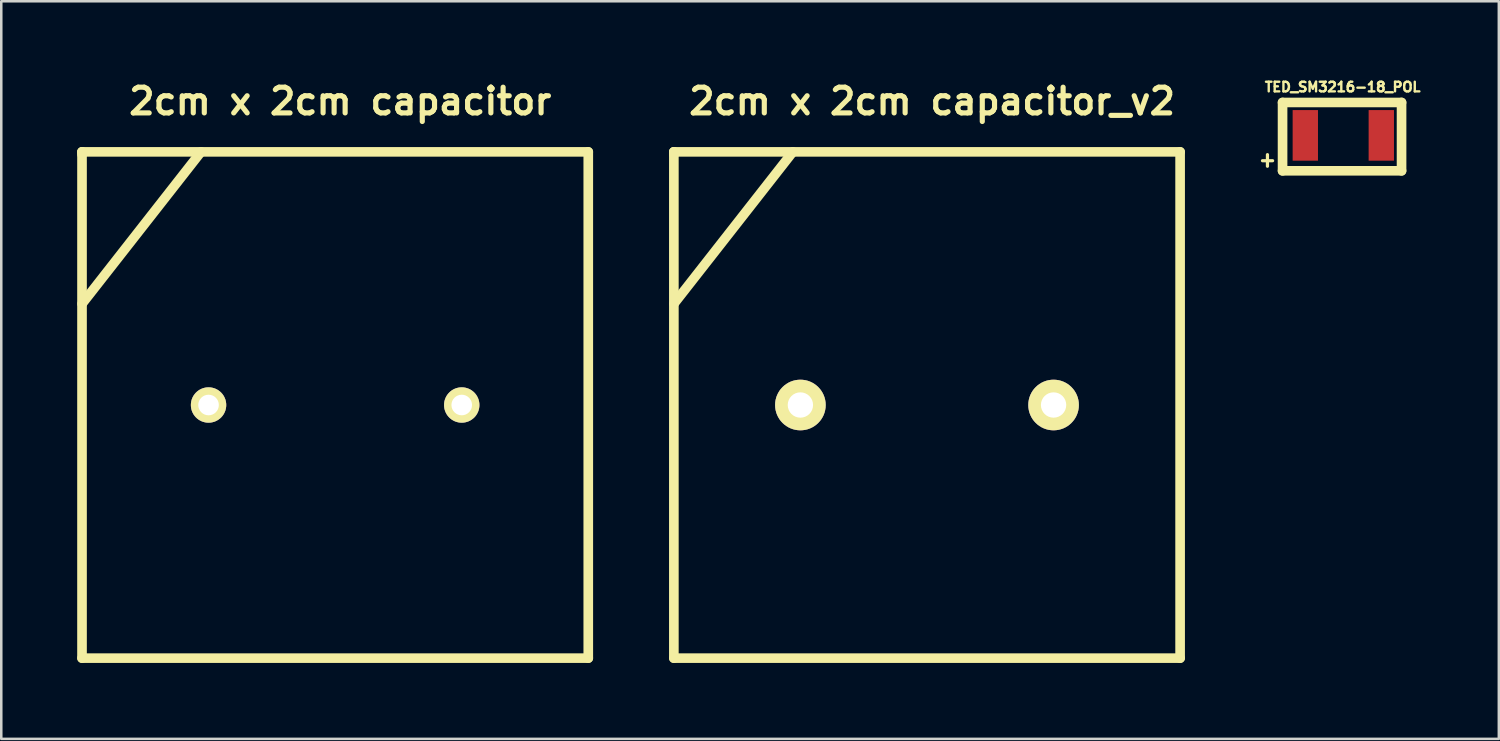
<source format=kicad_pcb>
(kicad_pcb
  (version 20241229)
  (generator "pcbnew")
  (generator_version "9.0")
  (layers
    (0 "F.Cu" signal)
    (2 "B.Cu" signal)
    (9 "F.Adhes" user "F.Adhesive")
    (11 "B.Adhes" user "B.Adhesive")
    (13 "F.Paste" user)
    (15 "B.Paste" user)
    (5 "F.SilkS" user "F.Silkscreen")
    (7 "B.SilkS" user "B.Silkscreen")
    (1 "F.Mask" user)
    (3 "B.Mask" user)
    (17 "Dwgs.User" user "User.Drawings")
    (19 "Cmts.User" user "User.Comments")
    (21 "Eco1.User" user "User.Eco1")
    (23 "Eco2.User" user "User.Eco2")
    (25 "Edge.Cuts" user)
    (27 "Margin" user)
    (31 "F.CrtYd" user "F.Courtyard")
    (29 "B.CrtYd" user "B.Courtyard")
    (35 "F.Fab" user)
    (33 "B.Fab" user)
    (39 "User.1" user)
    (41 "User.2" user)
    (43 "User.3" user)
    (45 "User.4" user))
  (footprint "TED_SM3216-18_POL"
    (layer "F.Cu")
    (at 50.018 2.298)
    (property "Reference" "TED_SM3216-18_POL" (at -0.025 -1.91 0) (layer "F.SilkS") (effects (font (size 0.381 0.381) (thickness 0.094))))
    (attr through_hole)
    (fp_line (start -3.193 1.001) (end -2.794 1.001) (stroke (width 0.127) (type solid)) (layer "F.SilkS"))
    (fp_line (start -2.997 1.219) (end -2.997 0.762) (stroke (width 0.127) (type solid)) (layer "F.SilkS"))
    (fp_line (start -2.4 -1.3) (end 2.301 -1.3) (stroke (width 0.381) (type solid)) (layer "F.SilkS"))
    (fp_line (start -2.4 1.4) (end -2.4 -1.3) (stroke (width 0.381) (type solid)) (layer "F.SilkS"))
    (fp_line (start -2.4 1.4) (end 2.301 1.4) (stroke (width 0.381) (type solid)) (layer "F.SilkS"))
    (fp_line (start 2.301 -1.3) (end 2.301 1.4) (stroke (width 0.381) (type solid)) (layer "F.SilkS"))
    (pad "1" smd rect (at -1.501 0) (size 1.001 1.999) (layers "F.Cu" "F.Mask" "F.Paste"))
    (pad "2" smd rect (at 1.501 0) (size 1.001 1.999) (layers "F.Cu" "F.Mask" "F.Paste")))
  (footprint "2cm x 2cm capacitor"
    (layer "F.Cu")
    (at 10.19 12.95)
    (property "Reference" "2cm x 2cm capacitor" (at 0.201 -11.999 0) (layer "F.SilkS") (effects (font (size 1.016 1.016) (thickness 0.203))))
    (attr through_hole)
    (fp_line (start -10 -10) (end -10 -9.901) (stroke (width 0.381) (type solid)) (layer "F.SilkS"))
    (fp_line (start -10 -10) (end 10 -10) (stroke (width 0.381) (type solid)) (layer "F.SilkS"))
    (fp_line (start -10 10) (end -10 -10) (stroke (width 0.381) (type solid)) (layer "F.SilkS"))
    (fp_line (start -5.298 -10) (end -9.997 -4) (stroke (width 0.381) (type solid)) (layer "F.SilkS"))
    (fp_line (start 10 -10) (end 10 10) (stroke (width 0.381) (type solid)) (layer "F.SilkS"))
    (fp_line (start 10 10) (end -10 10) (stroke (width 0.381) (type solid)) (layer "F.SilkS"))
    (pad "1" thru_hole circle (at -5.001 0) (size 1.397 1.397) (drill 0.813) (layers "*.Cu" "*.Mask" "F.SilkS"))
    (pad "2" thru_hole circle (at 5.001 0) (size 1.397 1.397) (drill 0.813) (layers "*.Cu" "*.Mask" "F.SilkS")))
  (footprint "2cm x 2cm capacitor_v2"
    (layer "F.Cu")
    (at 33.571 12.95)
    (property "Reference" "2cm x 2cm capacitor_v2" (at 0.201 -11.999 0) (layer "F.SilkS") (effects (font (size 1.016 1.016) (thickness 0.203))))
    (attr through_hole)
    (fp_line (start -10 -10) (end -10 -9.901) (stroke (width 0.381) (type solid)) (layer "F.SilkS"))
    (fp_line (start -10 -10) (end 10 -10) (stroke (width 0.381) (type solid)) (layer "F.SilkS"))
    (fp_line (start -10 10) (end -10 -10) (stroke (width 0.381) (type solid)) (layer "F.SilkS"))
    (fp_line (start -5.298 -10) (end -9.997 -4) (stroke (width 0.381) (type solid)) (layer "F.SilkS"))
    (fp_line (start 10 -10) (end 10 10) (stroke (width 0.381) (type solid)) (layer "F.SilkS"))
    (fp_line (start 10 10) (end -10 10) (stroke (width 0.381) (type solid)) (layer "F.SilkS"))
    (pad "1" thru_hole circle (at -5.001 0) (size 1.999 1.999) (drill 1.001) (layers "*.Cu" "*.Mask" "F.SilkS"))
    (pad "2" thru_hole circle (at 5.001 0) (size 1.999 1.999) (drill 1.001) (layers "*.Cu" "*.Mask" "F.SilkS")))
  (gr_rect
    (start -3 -3)
    (end 56.162 26.14)
    (stroke (width 0.1) (type default))
    (fill no)
    (layer "Edge.Cuts")))
</source>
